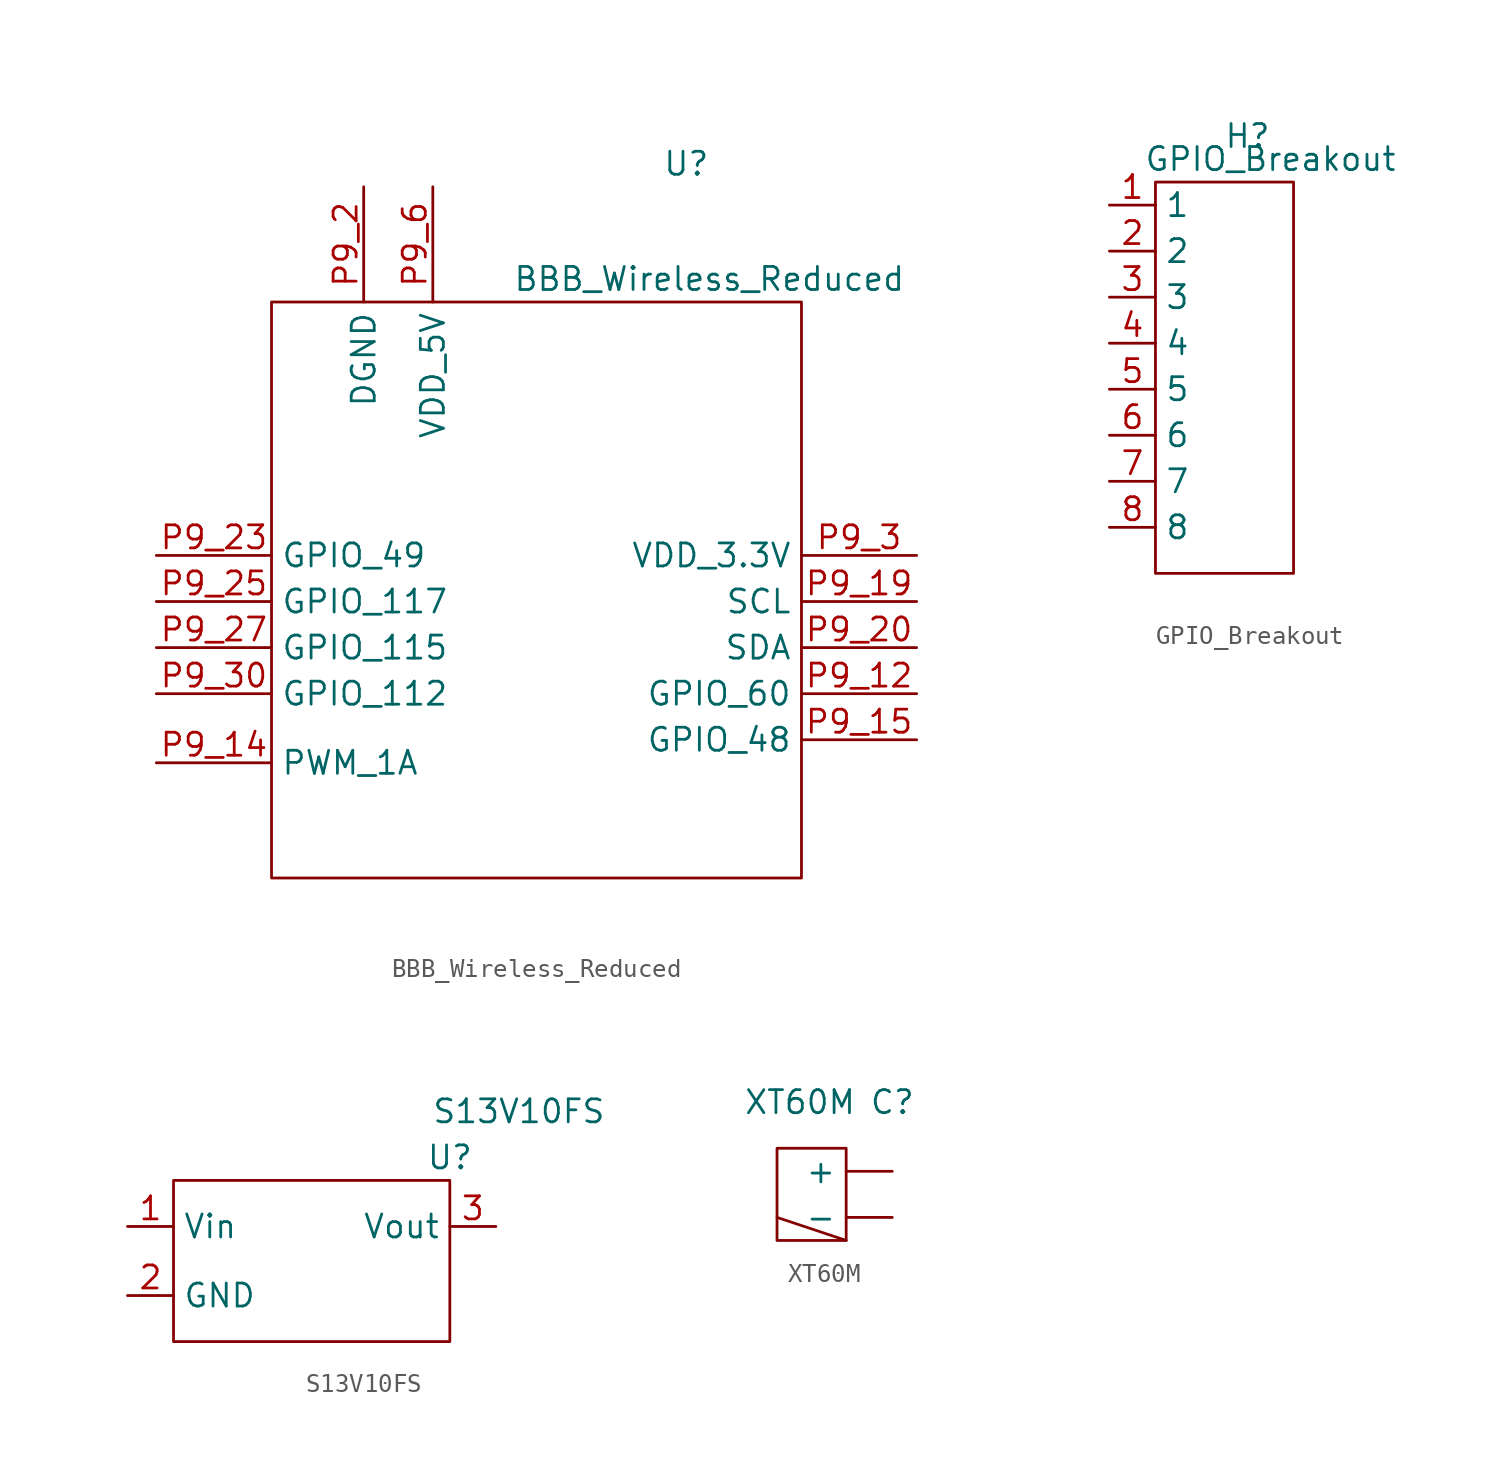
<source format=kicad_sym>
(kicad_symbol_lib
  (version 20211014)
  (generator kicad_symbol_editor)
  (symbol "BBB_Wireless_Reduced"
    (property "Reference" "U"
      (at 22.86 7.62 0)
      (effects (font (size 1.27 1.27))))
    (property "Value" "BBB_Wireless_Reduced"
      (at 24.13 1.27 0)
      (effects (font (size 1.27 1.27))))
    (symbol "BBB_Wireless_Reduced_0_1"
      (rectangle (start 0 0) (end 29.21 -31.75) (stroke (width 0) (type default) (color 0 0 0 0)) (fill (type none))))
    (symbol "BBB_Wireless_Reduced_1_1"
      (pin bidirectional line (at 35.56 -21.59 180) (length 6.35) (name "GPIO_60" (effects (font (size 1.27 1.27)))) (number "P9_12" (effects (font (size 1.27 1.27)))))
      (pin bidirectional line (at -6.35 -25.4 0) (length 6.35) (name "PWM_1A" (effects (font (size 1.27 1.27)))) (number "P9_14" (effects (font (size 1.27 1.27)))))
      (pin bidirectional line (at 35.56 -24.13 180) (length 6.35) (name "GPIO_48" (effects (font (size 1.27 1.27)))) (number "P9_15" (effects (font (size 1.27 1.27)))))
      (pin bidirectional line (at 35.56 -16.51 180) (length 6.35) (name "SCL" (effects (font (size 1.27 1.27)))) (number "P9_19" (effects (font (size 1.27 1.27)))))
      (pin power_in line (at 5.08 6.35 270) (length 6.35) (name "DGND" (effects (font (size 1.27 1.27)))) (number "P9_2" (effects (font (size 1.27 1.27)))))
      (pin bidirectional line (at 35.56 -19.05 180) (length 6.35) (name "SDA" (effects (font (size 1.27 1.27)))) (number "P9_20" (effects (font (size 1.27 1.27)))))
      (pin bidirectional line (at -6.35 -13.97 0) (length 6.35) (name "GPIO_49" (effects (font (size 1.27 1.27)))) (number "P9_23" (effects (font (size 1.27 1.27)))))
      (pin bidirectional line (at -6.35 -16.51 0) (length 6.35) (name "GPIO_117" (effects (font (size 1.27 1.27)))) (number "P9_25" (effects (font (size 1.27 1.27)))))
      (pin bidirectional line (at -6.35 -19.05 0) (length 6.35) (name "GPIO_115" (effects (font (size 1.27 1.27)))) (number "P9_27" (effects (font (size 1.27 1.27)))))
      (pin power_out line (at 35.56 -13.97 180) (length 6.35) (name "VDD_3.3V" (effects (font (size 1.27 1.27)))) (number "P9_3" (effects (font (size 1.27 1.27)))))
      (pin bidirectional line (at -6.35 -21.59 0) (length 6.35) (name "GPIO_112" (effects (font (size 1.27 1.27)))) (number "P9_30" (effects (font (size 1.27 1.27)))))
      (pin power_in line (at 8.89 6.35 270) (length 6.35) (name "VDD_5V" (effects (font (size 1.27 1.27)))) (number "P9_6" (effects (font (size 1.27 1.27)))))))
  (symbol "GPIO_Breakout"
    (property "Reference" "H"
      (at 2.54 3.81 0)
      (effects (font (size 1.27 1.27))))
    (property "Value" "GPIO_Breakout"
      (at 3.81 2.54 0)
      (effects (font (size 1.27 1.27))))
    (symbol "GPIO_Breakout_0_1"
      (rectangle (start -2.54 1.27) (end 5.08 -20.32) (stroke (width 0) (type default) (color 0 0 0 0)) (fill (type none))))
    (symbol "GPIO_Breakout_1_1"
      (pin passive line (at -5.08 0 0) (length 2.54) (name "1" (effects (font (size 1.27 1.27)))) (number "1" (effects (font (size 1.27 1.27)))))
      (pin passive line (at -5.08 -2.54 0) (length 2.54) (name "2" (effects (font (size 1.27 1.27)))) (number "2" (effects (font (size 1.27 1.27)))))
      (pin passive line (at -5.08 -5.08 0) (length 2.54) (name "3" (effects (font (size 1.27 1.27)))) (number "3" (effects (font (size 1.27 1.27)))))
      (pin passive line (at -5.08 -7.62 0) (length 2.54) (name "4" (effects (font (size 1.27 1.27)))) (number "4" (effects (font (size 1.27 1.27)))))
      (pin passive line (at -5.08 -10.16 0) (length 2.54) (name "5" (effects (font (size 1.27 1.27)))) (number "5" (effects (font (size 1.27 1.27)))))
      (pin passive line (at -5.08 -12.7 0) (length 2.54) (name "6" (effects (font (size 1.27 1.27)))) (number "6" (effects (font (size 1.27 1.27)))))
      (pin passive line (at -5.08 -15.24 0) (length 2.54) (name "7" (effects (font (size 1.27 1.27)))) (number "7" (effects (font (size 1.27 1.27)))))
      (pin passive line (at -5.08 -17.78 0) (length 2.54) (name "8" (effects (font (size 1.27 1.27)))) (number "8" (effects (font (size 1.27 1.27)))))))
  (symbol "S13V10FS"
    (property "Reference" "U"
      (at 0 1.27 0)
      (effects (font (size 1.27 1.27))))
    (property "Value" "S13V10FS"
      (at 3.81 3.81 0)
      (effects (font (size 1.27 1.27))))
    (symbol "S13V10FS_0_1"
      (rectangle (start -15.24 0) (end 0 -8.89) (stroke (width 0) (type default) (color 0 0 0 0)) (fill (type none))))
    (symbol "S13V10FS_1_1"
      (pin power_in line (at -17.78 -2.54 0) (length 2.54) (name "Vin" (effects (font (size 1.27 1.27)))) (number "1" (effects (font (size 1.27 1.27)))))
      (pin power_in line (at -17.78 -6.35 0) (length 2.54) (name "GND" (effects (font (size 1.27 1.27)))) (number "2" (effects (font (size 1.27 1.27)))))
      (pin power_out line (at 2.54 -2.54 180) (length 2.54) (name "Vout" (effects (font (size 1.27 1.27)))) (number "3" (effects (font (size 1.27 1.27)))))))
  (symbol "XT60M"
    (property "Reference" "C"
      (at 6.35 2.54 0)
      (effects (font (size 1.27 1.27))))
    (property "Value" "XT60M"
      (at 1.27 2.54 0)
      (effects (font (size 1.27 1.27))))
    (symbol "XT60M_0_1"
      (polyline (pts (xy 0 -3.81) (xy 3.81 -5.08)) (stroke (width 0) (type default) (color 0 0 0 0)) (fill (type none)))
      (rectangle (start 0 0) (end 3.81 -5.08) (stroke (width 0) (type default) (color 0 0 0 0)) (fill (type none))))
    (symbol "XT60M_1_1"
      (pin passive line (at 6.35 -1.27 180) (length 2.54) (name "+" (effects (font (size 1.27 1.27)))) (number "" (effects (font (size 1.27 1.27)))))
      (pin passive line (at 6.35 -3.81 180) (length 2.54) (name "-" (effects (font (size 1.27 1.27)))) (number "" (effects (font (size 1.27 1.27))))))))
</source>
